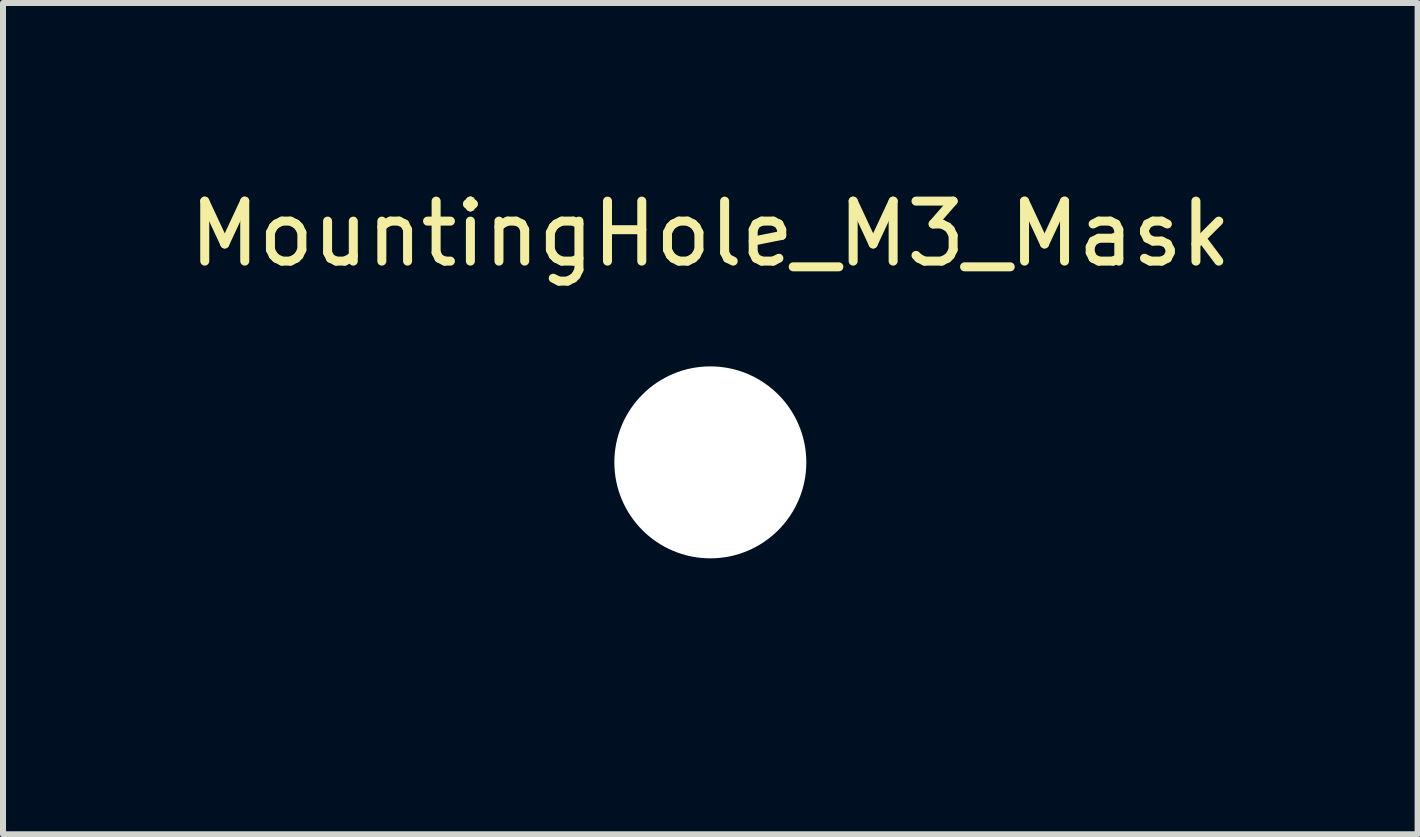
<source format=kicad_pcb>
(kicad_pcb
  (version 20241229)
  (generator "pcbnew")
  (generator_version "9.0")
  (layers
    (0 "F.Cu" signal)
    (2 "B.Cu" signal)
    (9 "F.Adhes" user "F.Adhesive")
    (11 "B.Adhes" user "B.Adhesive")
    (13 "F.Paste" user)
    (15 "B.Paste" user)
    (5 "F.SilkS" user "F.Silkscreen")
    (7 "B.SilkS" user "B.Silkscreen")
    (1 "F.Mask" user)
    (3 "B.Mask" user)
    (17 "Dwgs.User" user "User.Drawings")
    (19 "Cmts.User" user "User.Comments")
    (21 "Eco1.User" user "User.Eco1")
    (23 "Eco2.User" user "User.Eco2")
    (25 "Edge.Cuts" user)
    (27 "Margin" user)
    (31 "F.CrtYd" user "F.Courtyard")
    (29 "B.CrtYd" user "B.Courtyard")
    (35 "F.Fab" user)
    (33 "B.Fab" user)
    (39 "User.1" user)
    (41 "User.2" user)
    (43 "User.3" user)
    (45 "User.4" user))
  (footprint "MountingHole_M3_Mask"
    (layer "F.Cu")
    (at 8.792 4.658)
    (property "Reference" "MountingHole_M3_Mask" (at 0 -3.81 0) (layer "F.SilkS") (effects (font (size 1 1) (thickness 0.15))))
    (attr through_hole)
    (pad "" np_thru_hole circle (at 0 0) (size 3.2 3.2) (drill 3.2) (layers "*.Cu" "*.Mask"))
    (pad "" smd circle (at 0 0) (size 6.4 6.4) (layers "*.Mask")))
  (gr_rect
    (start -3 -3)
    (end 20.583 10.858)
    (stroke (width 0.1) (type default))
    (fill no)
    (layer "Edge.Cuts")))
</source>
